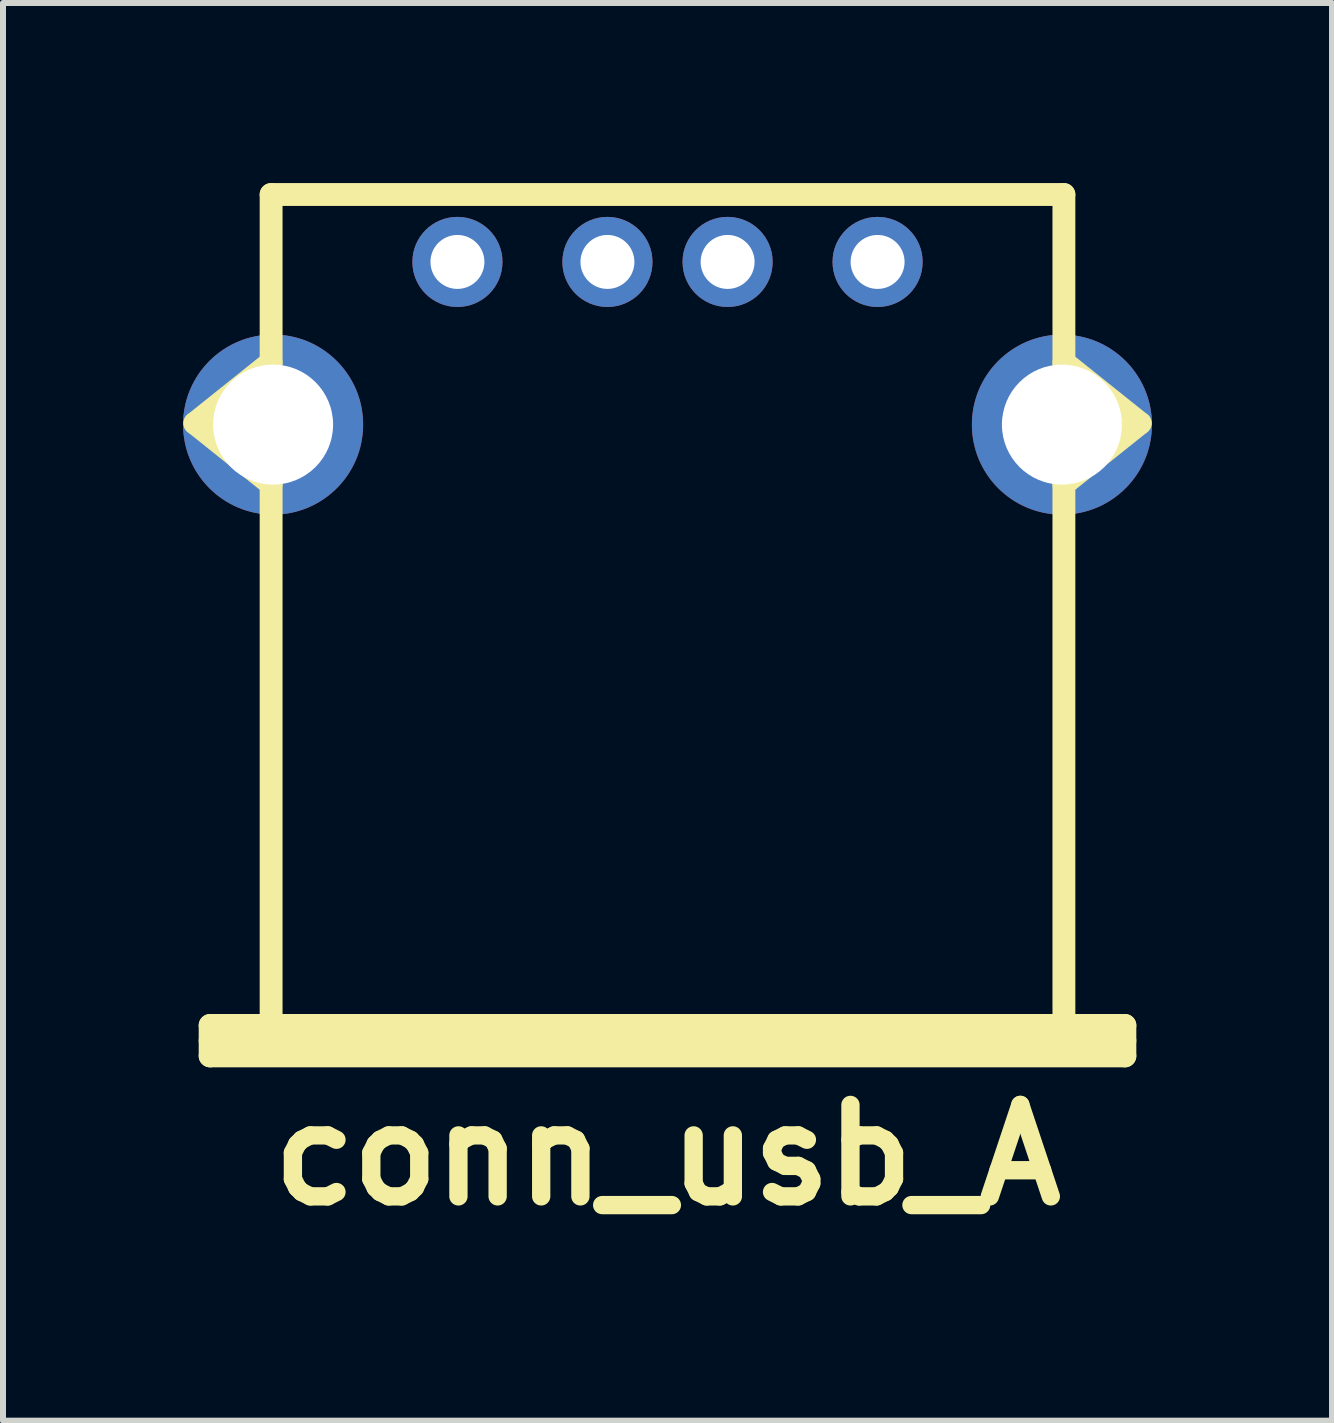
<source format=kicad_pcb>
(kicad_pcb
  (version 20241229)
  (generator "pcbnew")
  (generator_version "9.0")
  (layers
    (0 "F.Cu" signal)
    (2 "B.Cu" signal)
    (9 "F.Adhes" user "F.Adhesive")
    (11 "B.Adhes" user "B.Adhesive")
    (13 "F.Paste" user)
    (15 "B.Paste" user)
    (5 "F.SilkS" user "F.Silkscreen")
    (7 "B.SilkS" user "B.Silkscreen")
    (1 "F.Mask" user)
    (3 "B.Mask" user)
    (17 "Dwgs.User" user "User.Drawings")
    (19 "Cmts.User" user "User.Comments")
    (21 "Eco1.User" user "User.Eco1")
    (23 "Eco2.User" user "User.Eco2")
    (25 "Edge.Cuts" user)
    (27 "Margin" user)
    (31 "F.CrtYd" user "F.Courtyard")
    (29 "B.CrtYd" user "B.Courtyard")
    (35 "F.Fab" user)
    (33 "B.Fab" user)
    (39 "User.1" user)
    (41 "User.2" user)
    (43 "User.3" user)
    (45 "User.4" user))
  (footprint "conn_usb_A"
    (layer "F.Cu")
    (at 8.071 7.303)
    (property "Reference" "conn_usb_A" (at 0 8.89 0) (layer "F.SilkS") (effects (font (size 1.524 1.524) (thickness 0.305))))
    (attr through_hole)
    (fp_line (start -7.874 -3.302) (end -6.604 -2.286) (stroke (width 0.381) (type solid)) (layer "F.SilkS"))
    (fp_line (start -7.62 6.731) (end -7.62 7.239) (stroke (width 0.381) (type solid)) (layer "F.SilkS"))
    (fp_line (start -7.62 6.731) (end 7.62 6.731) (stroke (width 0.381) (type solid)) (layer "F.SilkS"))
    (fp_line (start -7.62 6.985) (end 7.62 6.985) (stroke (width 0.381) (type solid)) (layer "F.SilkS"))
    (fp_line (start -6.604 -7.112) (end -6.604 7.112) (stroke (width 0.381) (type solid)) (layer "F.SilkS"))
    (fp_line (start -6.604 -4.318) (end -7.874 -3.302) (stroke (width 0.381) (type solid)) (layer "F.SilkS"))
    (fp_line (start 6.604 -7.112) (end -6.604 -7.112) (stroke (width 0.381) (type solid)) (layer "F.SilkS"))
    (fp_line (start 6.604 -4.318) (end 7.874 -3.302) (stroke (width 0.381) (type solid)) (layer "F.SilkS"))
    (fp_line (start 6.604 7.112) (end 6.604 -7.112) (stroke (width 0.381) (type solid)) (layer "F.SilkS"))
    (fp_line (start 7.62 6.731) (end 7.62 7.239) (stroke (width 0.381) (type solid)) (layer "F.SilkS"))
    (fp_line (start 7.62 7.239) (end -7.62 7.239) (stroke (width 0.381) (type solid)) (layer "F.SilkS"))
    (fp_line (start 7.874 -3.302) (end 6.604 -2.286) (stroke (width 0.381) (type solid)) (layer "F.SilkS"))
    (pad "" thru_hole circle (at -6.571 -3.279) (size 3 3) (drill 1.999) (layers "*.Cu" "*.Mask"))
    (pad "" thru_hole circle (at 6.571 -3.279) (size 3 3) (drill 1.999) (layers "*.Cu" "*.Mask"))
    (pad "1" thru_hole circle (at -3.5 -5.989) (size 1.501 1.501) (drill 0.899) (layers "*.Cu" "*.Mask"))
    (pad "2" thru_hole circle (at -1.001 -5.989) (size 1.501 1.501) (drill 0.899) (layers "*.Cu" "*.Mask"))
    (pad "3" thru_hole circle (at 1.001 -5.989) (size 1.501 1.501) (drill 0.899) (layers "*.Cu" "*.Mask"))
    (pad "4" thru_hole circle (at 3.5 -5.989) (size 1.501 1.501) (drill 0.899) (layers "*.Cu" "*.Mask")))
  (gr_rect
    (start -3 -3)
    (end 19.142 20.619)
    (stroke (width 0.1) (type default))
    (fill no)
    (layer "Edge.Cuts")))
</source>
